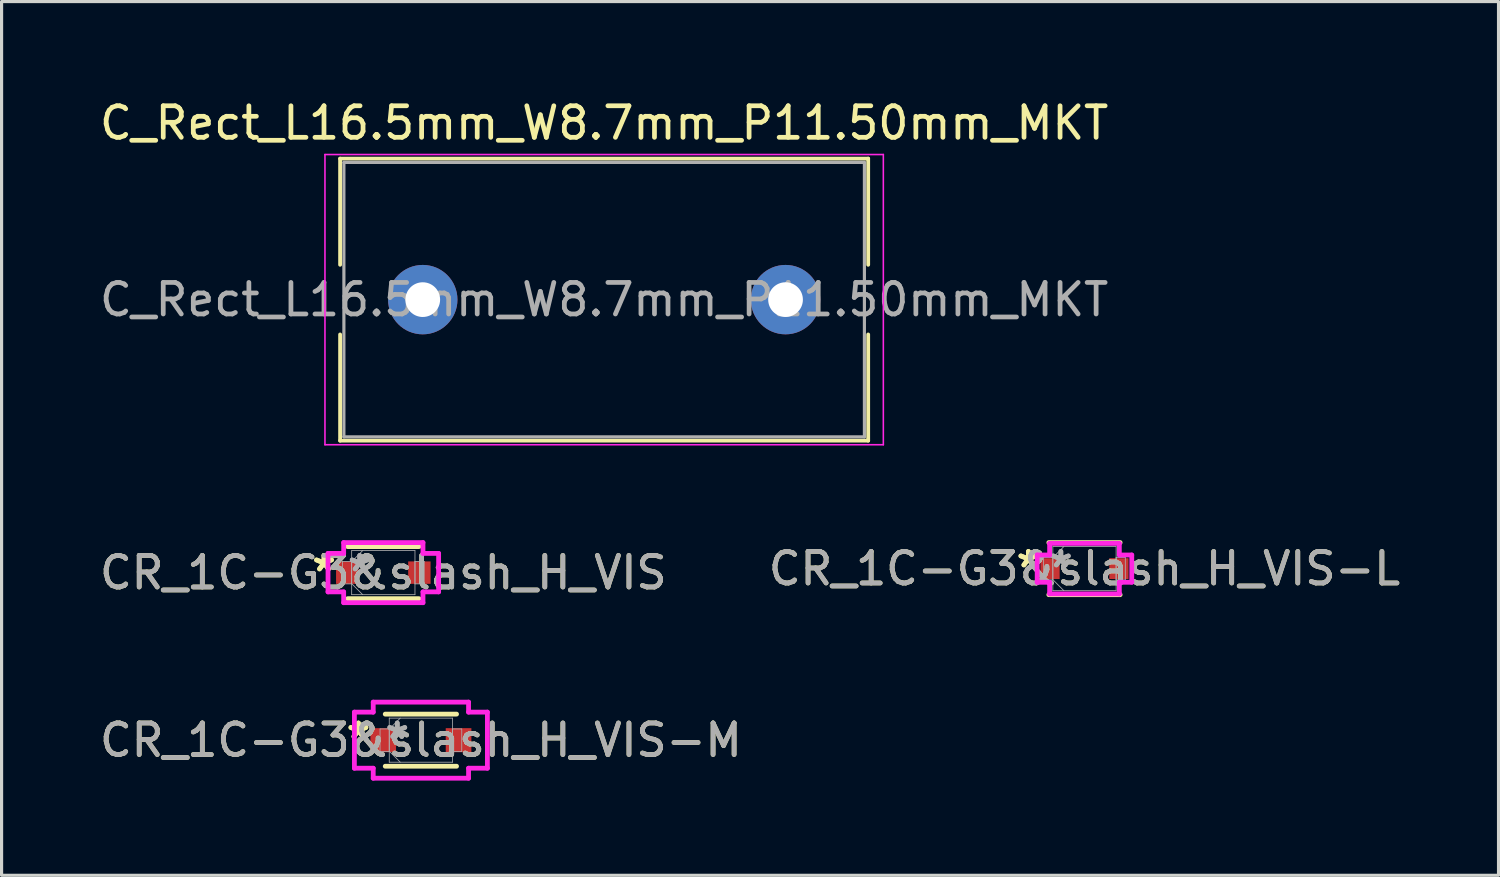
<source format=kicad_pcb>
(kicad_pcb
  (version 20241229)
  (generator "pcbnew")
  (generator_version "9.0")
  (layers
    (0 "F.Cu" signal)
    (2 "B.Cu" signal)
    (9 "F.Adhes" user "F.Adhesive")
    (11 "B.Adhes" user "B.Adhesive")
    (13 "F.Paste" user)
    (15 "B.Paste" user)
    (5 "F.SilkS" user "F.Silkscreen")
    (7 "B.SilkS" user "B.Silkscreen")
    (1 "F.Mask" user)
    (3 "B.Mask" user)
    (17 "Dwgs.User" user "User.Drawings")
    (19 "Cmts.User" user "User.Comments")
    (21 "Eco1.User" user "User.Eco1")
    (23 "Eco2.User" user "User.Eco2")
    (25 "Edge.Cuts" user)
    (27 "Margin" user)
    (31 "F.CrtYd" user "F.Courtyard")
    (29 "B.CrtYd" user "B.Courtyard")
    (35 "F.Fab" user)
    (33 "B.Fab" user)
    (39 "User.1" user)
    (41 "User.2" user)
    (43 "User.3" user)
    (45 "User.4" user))
  (footprint "C_Rect_L16.5mm_W8.7mm_P11.50mm_MKT"
    (layer "F.Cu")
    (at 8.601 6.448)
    (property "Reference" "C_Rect_L16.5mm_W8.7mm_P11.50mm_MKT" (at 7.5 -5.6 0) (layer "F.SilkS") (effects (font (size 1 1) (thickness 0.15))))
    (attr through_hole)
    (fp_line (start -0.87 -4.47) (end -0.87 -1.104) (stroke (width 0.12) (type solid)) (layer "F.SilkS"))
    (fp_line (start -0.87 -4.47) (end 15.87 -4.47) (stroke (width 0.12) (type solid)) (layer "F.SilkS"))
    (fp_line (start -0.87 1.104) (end -0.87 4.47) (stroke (width 0.12) (type solid)) (layer "F.SilkS"))
    (fp_line (start -0.87 4.47) (end 15.87 4.47) (stroke (width 0.12) (type solid)) (layer "F.SilkS"))
    (fp_line (start 15.87 -4.47) (end 15.87 -1.104) (stroke (width 0.12) (type solid)) (layer "F.SilkS"))
    (fp_line (start 15.87 1.104) (end 15.87 4.47) (stroke (width 0.12) (type solid)) (layer "F.SilkS"))
    (fp_line (start -1.35 -4.6) (end -1.35 4.6) (stroke (width 0.05) (type solid)) (layer "F.CrtYd"))
    (fp_line (start -1.35 4.6) (end 16.35 4.6) (stroke (width 0.05) (type solid)) (layer "F.CrtYd"))
    (fp_line (start 16.35 -4.6) (end -1.35 -4.6) (stroke (width 0.05) (type solid)) (layer "F.CrtYd"))
    (fp_line (start 16.35 4.6) (end 16.35 -4.6) (stroke (width 0.05) (type solid)) (layer "F.CrtYd"))
    (fp_line (start -0.75 -4.35) (end -0.75 4.35) (stroke (width 0.1) (type solid)) (layer "F.Fab"))
    (fp_line (start -0.75 4.35) (end 15.75 4.35) (stroke (width 0.1) (type solid)) (layer "F.Fab"))
    (fp_line (start 15.75 -4.35) (end -0.75 -4.35) (stroke (width 0.1) (type solid)) (layer "F.Fab"))
    (fp_line (start 15.75 4.35) (end 15.75 -4.35) (stroke (width 0.1) (type solid)) (layer "F.Fab"))
    (fp_text user "${REFERENCE}" (at 7.5 0 0) (layer "F.Fab") (effects (font (size 1 1) (thickness 0.15))))
    (pad "1" thru_hole circle (at 1.75 0) (size 2.2 2.2) (drill 1.1) (layers "*.Cu" "*.Mask"))
    (pad "2" thru_hole circle (at 13.25 0) (size 2.2 2.2) (drill 1.1) (layers "*.Cu" "*.Mask")))
  (footprint "CR_1C-G3&slash_H_VIS-L"
    (layer "F.Cu")
    (at 31.327 14.975)
    (property "Reference" "CR_1C-G3&slash_H_VIS-L" (at 0 0 0) (unlocked yes) (layer "F.SilkS") (effects (font (size 1 1) (thickness 0.15))))
    (attr smd)
    (fp_line (start -1.13 0.826) (end 1.13 0.826) (stroke (width 0.152) (type solid)) (layer "F.SilkS"))
    (fp_line (start 1.13 -0.826) (end -1.13 -0.826) (stroke (width 0.152) (type solid)) (layer "F.SilkS"))
    (fp_line (start -1.499 -0.432) (end -1.105 -0.432) (stroke (width 0.152) (type solid)) (layer "F.CrtYd"))
    (fp_line (start -1.499 0.432) (end -1.499 -0.432) (stroke (width 0.152) (type solid)) (layer "F.CrtYd"))
    (fp_line (start -1.105 -0.8) (end 1.105 -0.8) (stroke (width 0.152) (type solid)) (layer "F.CrtYd"))
    (fp_line (start -1.105 -0.432) (end -1.105 -0.8) (stroke (width 0.152) (type solid)) (layer "F.CrtYd"))
    (fp_line (start -1.105 0.432) (end -1.499 0.432) (stroke (width 0.152) (type solid)) (layer "F.CrtYd"))
    (fp_line (start -1.105 0.8) (end -1.105 0.432) (stroke (width 0.152) (type solid)) (layer "F.CrtYd"))
    (fp_line (start 1.105 -0.8) (end 1.105 -0.432) (stroke (width 0.152) (type solid)) (layer "F.CrtYd"))
    (fp_line (start 1.105 -0.432) (end 1.499 -0.432) (stroke (width 0.152) (type solid)) (layer "F.CrtYd"))
    (fp_line (start 1.105 0.432) (end 1.105 0.8) (stroke (width 0.152) (type solid)) (layer "F.CrtYd"))
    (fp_line (start 1.105 0.8) (end -1.105 0.8) (stroke (width 0.152) (type solid)) (layer "F.CrtYd"))
    (fp_line (start 1.499 -0.432) (end 1.499 0.432) (stroke (width 0.152) (type solid)) (layer "F.CrtYd"))
    (fp_line (start 1.499 0.432) (end 1.105 0.432) (stroke (width 0.152) (type solid)) (layer "F.CrtYd"))
    (fp_line (start -1.295 -0.356) (end -1.295 0.356) (stroke (width 0.025) (type solid)) (layer "F.Fab"))
    (fp_line (start -1.295 0.356) (end -1.003 0.356) (stroke (width 0.025) (type solid)) (layer "F.Fab"))
    (fp_line (start -1.003 -0.699) (end -1.003 0.699) (stroke (width 0.025) (type solid)) (layer "F.Fab"))
    (fp_line (start -1.003 -0.356) (end -1.295 -0.356) (stroke (width 0.025) (type solid)) (layer "F.Fab"))
    (fp_line (start -1.003 -0.349) (end -0.654 -0.699) (stroke (width 0.025) (type solid)) (layer "F.Fab"))
    (fp_line (start -1.003 0.349) (end -0.654 0.699) (stroke (width 0.025) (type solid)) (layer "F.Fab"))
    (fp_line (start -1.003 0.356) (end -1.003 -0.356) (stroke (width 0.025) (type solid)) (layer "F.Fab"))
    (fp_line (start -1.003 0.699) (end 1.003 0.699) (stroke (width 0.025) (type solid)) (layer "F.Fab"))
    (fp_line (start 1.003 -0.699) (end -1.003 -0.699) (stroke (width 0.025) (type solid)) (layer "F.Fab"))
    (fp_line (start 1.003 -0.356) (end 1.003 0.356) (stroke (width 0.025) (type solid)) (layer "F.Fab"))
    (fp_line (start 1.003 0.356) (end 1.295 0.356) (stroke (width 0.025) (type solid)) (layer "F.Fab"))
    (fp_line (start 1.003 0.699) (end 1.003 -0.699) (stroke (width 0.025) (type solid)) (layer "F.Fab"))
    (fp_line (start 1.295 -0.356) (end 1.003 -0.356) (stroke (width 0.025) (type solid)) (layer "F.Fab"))
    (fp_line (start 1.295 0.356) (end 1.295 -0.356) (stroke (width 0.025) (type solid)) (layer "F.Fab"))
    (fp_text user "*" (at -1.778 0 0) (layer "F.SilkS") (effects (font (size 1 1) (thickness 0.15))))
    (fp_text user "*" (at -1.778 0 0) (unlocked yes) (layer "F.SilkS") (effects (font (size 1 1) (thickness 0.15))))
    (fp_text user "${REFERENCE}" (at 0 0 0) (unlocked yes) (layer "F.Fab") (effects (font (size 1 1) (thickness 0.15))))
    (fp_text user "*" (at -0.749 0 0) (layer "F.Fab") (effects (font (size 1 1) (thickness 0.15))))
    (fp_text user "*" (at -0.749 0 0) (unlocked yes) (layer "F.Fab") (effects (font (size 1 1) (thickness 0.15))))
    (pad "1" smd rect (at -1.092 0) (size 0.61 0.66) (layers "F.Cu" "F.Mask" "F.Paste"))
    (pad "2" smd rect (at 1.092 0) (size 0.61 0.66) (layers "F.Cu" "F.Mask" "F.Paste"))
    (zone (net_name "") (layer "F.Cu") (hatch full 0.508) (connect_pads) (min_thickness 0.254) (filled_areas_thickness no) (keepout (tracks not_allowed) (vias not_allowed) (pads allowed) (copperpour not_allowed) (footprints allowed)) (placement (enabled no)) (fill) (polygon (pts (xy 30.591 14.327) (xy 32.064 14.327) (xy 32.064 15.623) (xy 30.591 15.623)))))
  (footprint "CR_1C-G3&slash_H_VIS-M"
    (layer "F.Cu")
    (at 10.292 20.413)
    (property "Reference" "CR_1C-G3&slash_H_VIS-M" (at 0 0 0) (unlocked yes) (layer "F.SilkS") (effects (font (size 1 1) (thickness 0.15))))
    (attr smd)
    (fp_line (start -1.13 0.826) (end 1.13 0.826) (stroke (width 0.152) (type solid)) (layer "F.SilkS"))
    (fp_line (start 1.13 -0.826) (end -1.13 -0.826) (stroke (width 0.152) (type solid)) (layer "F.SilkS"))
    (fp_line (start -2.108 -0.889) (end -1.511 -0.889) (stroke (width 0.152) (type solid)) (layer "F.CrtYd"))
    (fp_line (start -2.108 0.889) (end -2.108 -0.889) (stroke (width 0.152) (type solid)) (layer "F.CrtYd"))
    (fp_line (start -1.511 -1.206) (end 1.511 -1.206) (stroke (width 0.152) (type solid)) (layer "F.CrtYd"))
    (fp_line (start -1.511 -0.889) (end -1.511 -1.206) (stroke (width 0.152) (type solid)) (layer "F.CrtYd"))
    (fp_line (start -1.511 0.889) (end -2.108 0.889) (stroke (width 0.152) (type solid)) (layer "F.CrtYd"))
    (fp_line (start -1.511 1.206) (end -1.511 0.889) (stroke (width 0.152) (type solid)) (layer "F.CrtYd"))
    (fp_line (start 1.511 -1.206) (end 1.511 -0.889) (stroke (width 0.152) (type solid)) (layer "F.CrtYd"))
    (fp_line (start 1.511 -0.889) (end 2.108 -0.889) (stroke (width 0.152) (type solid)) (layer "F.CrtYd"))
    (fp_line (start 1.511 0.889) (end 1.511 1.206) (stroke (width 0.152) (type solid)) (layer "F.CrtYd"))
    (fp_line (start 1.511 1.206) (end -1.511 1.206) (stroke (width 0.152) (type solid)) (layer "F.CrtYd"))
    (fp_line (start 2.108 -0.889) (end 2.108 0.889) (stroke (width 0.152) (type solid)) (layer "F.CrtYd"))
    (fp_line (start 2.108 0.889) (end 1.511 0.889) (stroke (width 0.152) (type solid)) (layer "F.CrtYd"))
    (fp_line (start -1.295 -0.356) (end -1.295 0.356) (stroke (width 0.025) (type solid)) (layer "F.Fab"))
    (fp_line (start -1.295 0.356) (end -1.003 0.356) (stroke (width 0.025) (type solid)) (layer "F.Fab"))
    (fp_line (start -1.003 -0.699) (end -1.003 0.699) (stroke (width 0.025) (type solid)) (layer "F.Fab"))
    (fp_line (start -1.003 -0.356) (end -1.295 -0.356) (stroke (width 0.025) (type solid)) (layer "F.Fab"))
    (fp_line (start -1.003 -0.349) (end -0.654 -0.699) (stroke (width 0.025) (type solid)) (layer "F.Fab"))
    (fp_line (start -1.003 0.349) (end -0.654 0.699) (stroke (width 0.025) (type solid)) (layer "F.Fab"))
    (fp_line (start -1.003 0.356) (end -1.003 -0.356) (stroke (width 0.025) (type solid)) (layer "F.Fab"))
    (fp_line (start -1.003 0.699) (end 1.003 0.699) (stroke (width 0.025) (type solid)) (layer "F.Fab"))
    (fp_line (start 1.003 -0.699) (end -1.003 -0.699) (stroke (width 0.025) (type solid)) (layer "F.Fab"))
    (fp_line (start 1.003 -0.356) (end 1.003 0.356) (stroke (width 0.025) (type solid)) (layer "F.Fab"))
    (fp_line (start 1.003 0.356) (end 1.295 0.356) (stroke (width 0.025) (type solid)) (layer "F.Fab"))
    (fp_line (start 1.003 0.699) (end 1.003 -0.699) (stroke (width 0.025) (type solid)) (layer "F.Fab"))
    (fp_line (start 1.295 -0.356) (end 1.003 -0.356) (stroke (width 0.025) (type solid)) (layer "F.Fab"))
    (fp_line (start 1.295 0.356) (end 1.295 -0.356) (stroke (width 0.025) (type solid)) (layer "F.Fab"))
    (fp_text user "*" (at -1.981 0 0) (unlocked yes) (layer "F.SilkS") (effects (font (size 1 1) (thickness 0.15))))
    (fp_text user "*" (at -1.981 0 0) (layer "F.SilkS") (effects (font (size 1 1) (thickness 0.15))))
    (fp_text user "*" (at -0.749 0 0) (unlocked yes) (layer "F.Fab") (effects (font (size 1 1) (thickness 0.15))))
    (fp_text user "${REFERENCE}" (at 0 0 0) (unlocked yes) (layer "F.Fab") (effects (font (size 1 1) (thickness 0.15))))
    (fp_text user "*" (at -0.749 0 0) (layer "F.Fab") (effects (font (size 1 1) (thickness 0.15))))
    (pad "1" smd rect (at -1.194 0) (size 0.813 0.762) (layers "F.Cu" "F.Mask" "F.Paste"))
    (pad "2" smd rect (at 1.194 0) (size 0.813 0.762) (layers "F.Cu" "F.Mask" "F.Paste"))
    (zone (net_name "") (layer "F.Cu") (hatch full 0.508) (connect_pads) (min_thickness 0.254) (filled_areas_thickness no) (keepout (tracks not_allowed) (vias not_allowed) (pads allowed) (copperpour not_allowed) (footprints allowed)) (placement (enabled no)) (fill) (polygon (pts (xy 9.555 19.766) (xy 11.028 19.766) (xy 11.028 21.061) (xy 9.555 21.061)))))
  (footprint "CR_1C-G3&slash_H_VIS"
    (layer "F.Cu")
    (at 9.101 15.102)
    (property "Reference" "CR_1C-G3&slash_H_VIS" (at 0 0 0) (unlocked yes) (layer "F.SilkS") (effects (font (size 1 1) (thickness 0.15))))
    (attr smd)
    (fp_line (start -1.13 0.826) (end 1.13 0.826) (stroke (width 0.152) (type solid)) (layer "F.SilkS"))
    (fp_line (start 1.13 -0.826) (end -1.13 -0.826) (stroke (width 0.152) (type solid)) (layer "F.SilkS"))
    (fp_line (start -1.753 -0.61) (end -1.257 -0.61) (stroke (width 0.152) (type solid)) (layer "F.CrtYd"))
    (fp_line (start -1.753 0.61) (end -1.753 -0.61) (stroke (width 0.152) (type solid)) (layer "F.CrtYd"))
    (fp_line (start -1.257 -0.953) (end 1.257 -0.953) (stroke (width 0.152) (type solid)) (layer "F.CrtYd"))
    (fp_line (start -1.257 -0.61) (end -1.257 -0.953) (stroke (width 0.152) (type solid)) (layer "F.CrtYd"))
    (fp_line (start -1.257 0.61) (end -1.753 0.61) (stroke (width 0.152) (type solid)) (layer "F.CrtYd"))
    (fp_line (start -1.257 0.953) (end -1.257 0.61) (stroke (width 0.152) (type solid)) (layer "F.CrtYd"))
    (fp_line (start 1.257 -0.953) (end 1.257 -0.61) (stroke (width 0.152) (type solid)) (layer "F.CrtYd"))
    (fp_line (start 1.257 -0.61) (end 1.753 -0.61) (stroke (width 0.152) (type solid)) (layer "F.CrtYd"))
    (fp_line (start 1.257 0.61) (end 1.257 0.953) (stroke (width 0.152) (type solid)) (layer "F.CrtYd"))
    (fp_line (start 1.257 0.953) (end -1.257 0.953) (stroke (width 0.152) (type solid)) (layer "F.CrtYd"))
    (fp_line (start 1.753 -0.61) (end 1.753 0.61) (stroke (width 0.152) (type solid)) (layer "F.CrtYd"))
    (fp_line (start 1.753 0.61) (end 1.257 0.61) (stroke (width 0.152) (type solid)) (layer "F.CrtYd"))
    (fp_line (start -1.295 -0.356) (end -1.295 0.356) (stroke (width 0.025) (type solid)) (layer "F.Fab"))
    (fp_line (start -1.295 0.356) (end -1.003 0.356) (stroke (width 0.025) (type solid)) (layer "F.Fab"))
    (fp_line (start -1.003 -0.699) (end -1.003 0.699) (stroke (width 0.025) (type solid)) (layer "F.Fab"))
    (fp_line (start -1.003 -0.356) (end -1.295 -0.356) (stroke (width 0.025) (type solid)) (layer "F.Fab"))
    (fp_line (start -1.003 -0.349) (end -0.654 -0.699) (stroke (width 0.025) (type solid)) (layer "F.Fab"))
    (fp_line (start -1.003 0.349) (end -0.654 0.699) (stroke (width 0.025) (type solid)) (layer "F.Fab"))
    (fp_line (start -1.003 0.356) (end -1.003 -0.356) (stroke (width 0.025) (type solid)) (layer "F.Fab"))
    (fp_line (start -1.003 0.699) (end 1.003 0.699) (stroke (width 0.025) (type solid)) (layer "F.Fab"))
    (fp_line (start 1.003 -0.699) (end -1.003 -0.699) (stroke (width 0.025) (type solid)) (layer "F.Fab"))
    (fp_line (start 1.003 -0.356) (end 1.003 0.356) (stroke (width 0.025) (type solid)) (layer "F.Fab"))
    (fp_line (start 1.003 0.356) (end 1.295 0.356) (stroke (width 0.025) (type solid)) (layer "F.Fab"))
    (fp_line (start 1.003 0.699) (end 1.003 -0.699) (stroke (width 0.025) (type solid)) (layer "F.Fab"))
    (fp_line (start 1.295 -0.356) (end 1.003 -0.356) (stroke (width 0.025) (type solid)) (layer "F.Fab"))
    (fp_line (start 1.295 0.356) (end 1.295 -0.356) (stroke (width 0.025) (type solid)) (layer "F.Fab"))
    (fp_text user "*" (at -1.88 0 0) (unlocked yes) (layer "F.SilkS") (effects (font (size 1 1) (thickness 0.15))))
    (fp_text user "*" (at -1.88 0 0) (layer "F.SilkS") (effects (font (size 1 1) (thickness 0.15))))
    (fp_text user "${REFERENCE}" (at 0 0 0) (unlocked yes) (layer "F.Fab") (effects (font (size 1 1) (thickness 0.15))))
    (fp_text user "*" (at -0.749 0 0) (layer "F.Fab") (effects (font (size 1 1) (thickness 0.15))))
    (fp_text user "*" (at -0.749 0 0) (unlocked yes) (layer "F.Fab") (effects (font (size 1 1) (thickness 0.15))))
    (pad "1" smd rect (at -1.143 0) (size 0.711 0.711) (layers "F.Cu" "F.Mask" "F.Paste"))
    (pad "2" smd rect (at 1.143 0) (size 0.711 0.711) (layers "F.Cu" "F.Mask" "F.Paste"))
    (zone (net_name "") (layer "F.Cu") (hatch full 0.508) (connect_pads) (min_thickness 0.254) (filled_areas_thickness no) (keepout (tracks not_allowed) (vias not_allowed) (pads allowed) (copperpour not_allowed) (footprints allowed)) (placement (enabled no)) (fill) (polygon (pts (xy 8.365 14.454) (xy 9.838 14.454) (xy 9.838 15.75) (xy 8.365 15.75)))))
  (gr_rect
    (start -3 -3)
    (end 44.452 24.696)
    (stroke (width 0.1) (type default))
    (fill no)
    (layer "Edge.Cuts")))
</source>
